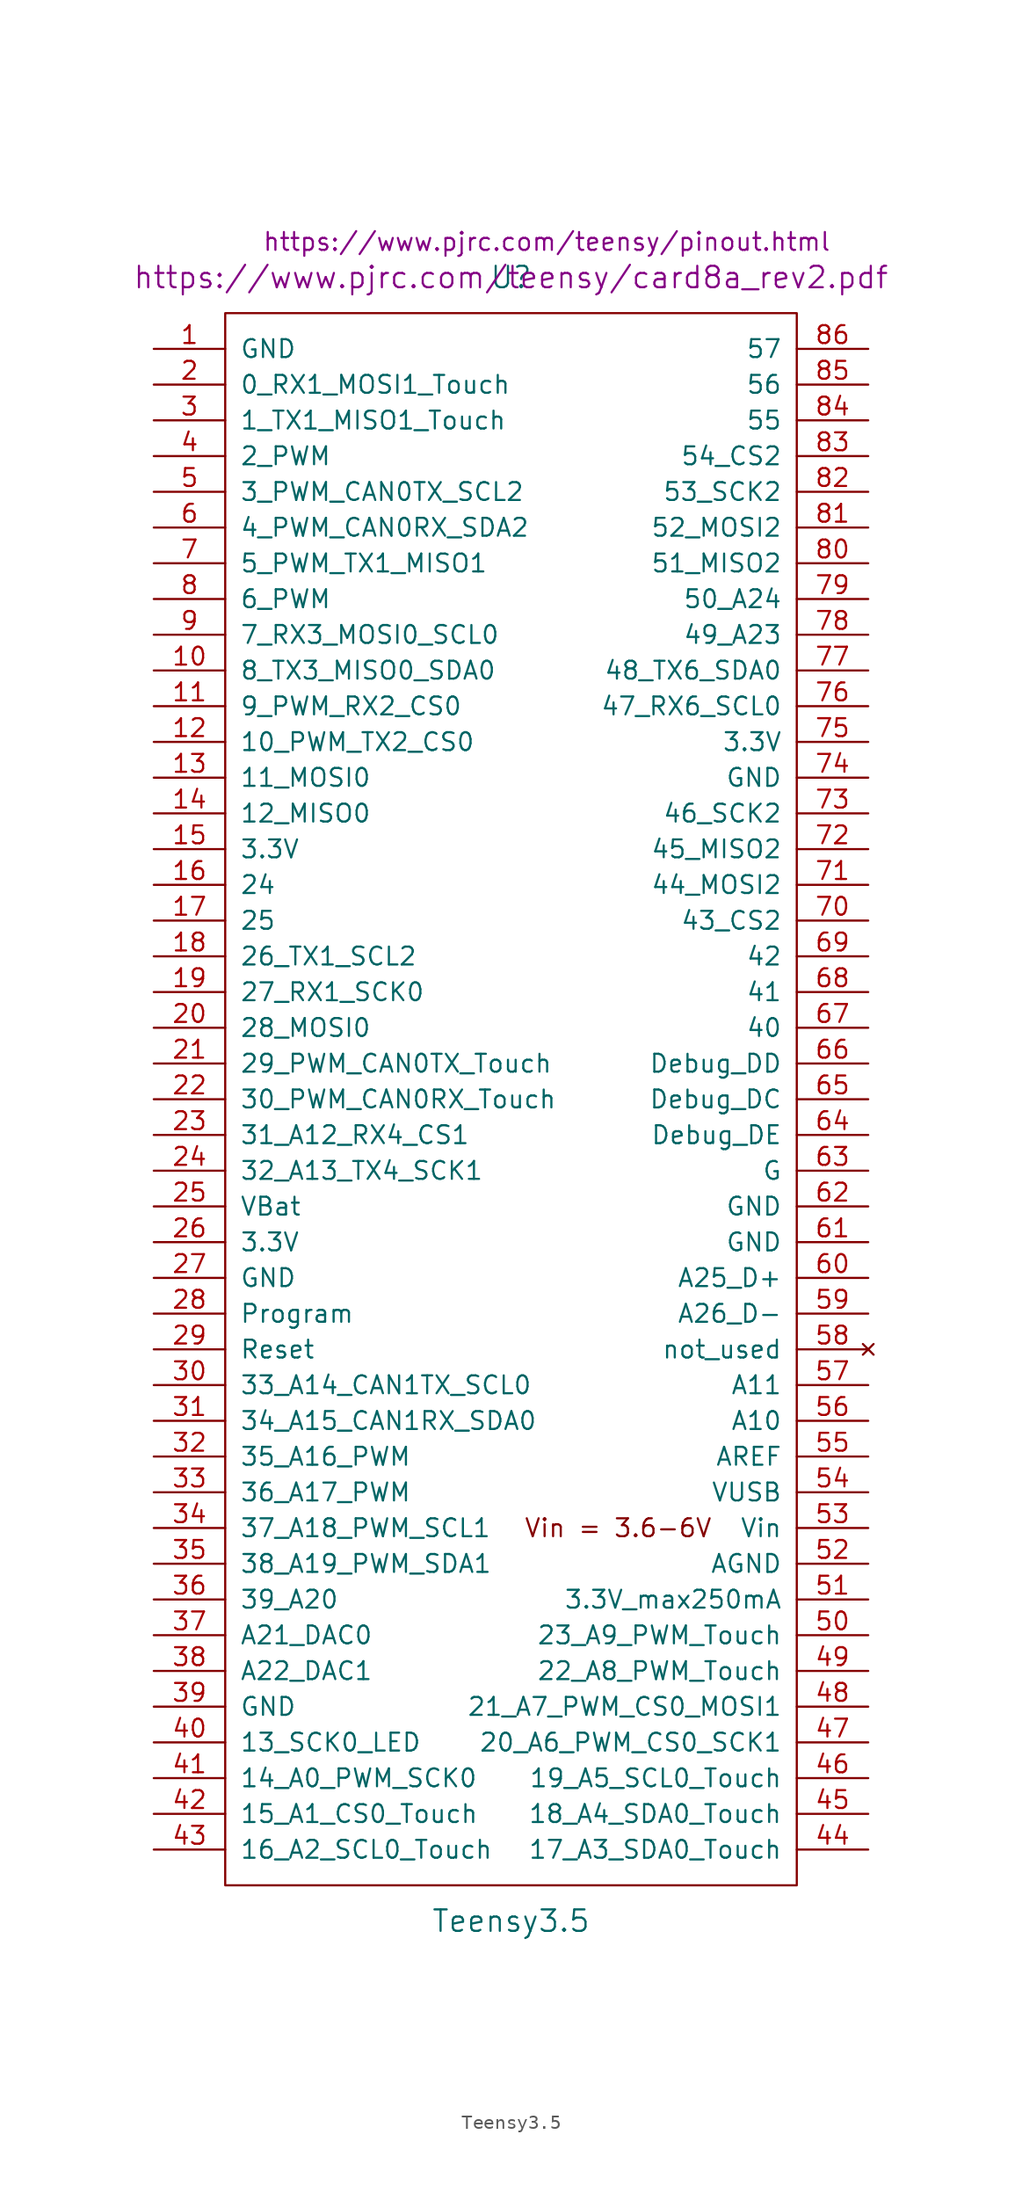
<source format=kicad_sym>
(kicad_symbol_lib
  (version 20211014)
  (generator kicad_symbol_editor)
  (symbol "Teensy3.5"
    (pin_names
      (offset 1.016))
    (property "Reference" "U"
      (at 0 58.42 0)
      (effects (font (size 1.524 1.524))))
    (property "Value" "Teensy3.5"
      (at 0 -58.42 0)
      (effects (font (size 1.524 1.524))))
    (property "Footprint" ""
      (at -2.54 55.88 0)
      (effects (font (size 1.524 1.524))))
    (property "Datasheet" "https://www.pjrc.com/teensy/card8a_rev2.pdf"
      (at 0 58.42 0)
      (effects (font (size 1.524 1.524))))
    (property "Pinouts" "https://www.pjrc.com/teensy/pinout.html"
      (at 2.54 60.96 0)
      (effects (font (size 1.27 1.27))))
    (symbol "Teensy3.5_0_0"
      (text "Vin = 3.6-6V" (at 7.62 -30.48 0) (effects (font (size 1.27 1.27)))))
    (symbol "Teensy3.5_0_1"
      (rectangle (start -20.32 55.88) (end 20.32 -55.88) (stroke (width 0) (type default) (color 0 0 0 0)) (fill (type none))))
    (symbol "Teensy3.5_1_1"
      (pin power_in line (at -25.4 53.34 0) (length 5.08) (name "GND" (effects (font (size 1.27 1.27)))) (number "1" (effects (font (size 1.27 1.27)))))
      (pin bidirectional line (at -25.4 30.48 0) (length 5.08) (name "8_TX3_MISO0_SDA0" (effects (font (size 1.27 1.27)))) (number "10" (effects (font (size 1.27 1.27)))))
      (pin bidirectional line (at -25.4 27.94 0) (length 5.08) (name "9_PWM_RX2_CS0" (effects (font (size 1.27 1.27)))) (number "11" (effects (font (size 1.27 1.27)))))
      (pin bidirectional line (at -25.4 25.4 0) (length 5.08) (name "10_PWM_TX2_CS0" (effects (font (size 1.27 1.27)))) (number "12" (effects (font (size 1.27 1.27)))))
      (pin bidirectional line (at -25.4 22.86 0) (length 5.08) (name "11_MOSI0" (effects (font (size 1.27 1.27)))) (number "13" (effects (font (size 1.27 1.27)))))
      (pin bidirectional line (at -25.4 20.32 0) (length 5.08) (name "12_MISO0" (effects (font (size 1.27 1.27)))) (number "14" (effects (font (size 1.27 1.27)))))
      (pin power_out line (at -25.4 17.78 0) (length 5.08) (name "3.3V" (effects (font (size 1.27 1.27)))) (number "15" (effects (font (size 1.27 1.27)))))
      (pin bidirectional line (at -25.4 15.24 0) (length 5.08) (name "24" (effects (font (size 1.27 1.27)))) (number "16" (effects (font (size 1.27 1.27)))))
      (pin bidirectional line (at -25.4 12.7 0) (length 5.08) (name "25" (effects (font (size 1.27 1.27)))) (number "17" (effects (font (size 1.27 1.27)))))
      (pin bidirectional line (at -25.4 10.16 0) (length 5.08) (name "26_TX1_SCL2" (effects (font (size 1.27 1.27)))) (number "18" (effects (font (size 1.27 1.27)))))
      (pin bidirectional line (at -25.4 7.62 0) (length 5.08) (name "27_RX1_SCK0" (effects (font (size 1.27 1.27)))) (number "19" (effects (font (size 1.27 1.27)))))
      (pin bidirectional line (at -25.4 50.8 0) (length 5.08) (name "0_RX1_MOSI1_Touch" (effects (font (size 1.27 1.27)))) (number "2" (effects (font (size 1.27 1.27)))))
      (pin bidirectional line (at -25.4 5.08 0) (length 5.08) (name "28_MOSI0" (effects (font (size 1.27 1.27)))) (number "20" (effects (font (size 1.27 1.27)))))
      (pin bidirectional line (at -25.4 2.54 0) (length 5.08) (name "29_PWM_CAN0TX_Touch" (effects (font (size 1.27 1.27)))) (number "21" (effects (font (size 1.27 1.27)))))
      (pin bidirectional line (at -25.4 0 0) (length 5.08) (name "30_PWM_CAN0RX_Touch" (effects (font (size 1.27 1.27)))) (number "22" (effects (font (size 1.27 1.27)))))
      (pin bidirectional line (at -25.4 -2.54 0) (length 5.08) (name "31_A12_RX4_CS1" (effects (font (size 1.27 1.27)))) (number "23" (effects (font (size 1.27 1.27)))))
      (pin bidirectional line (at -25.4 -5.08 0) (length 5.08) (name "32_A13_TX4_SCK1" (effects (font (size 1.27 1.27)))) (number "24" (effects (font (size 1.27 1.27)))))
      (pin power_in line (at -25.4 -7.62 0) (length 5.08) (name "VBat" (effects (font (size 1.27 1.27)))) (number "25" (effects (font (size 1.27 1.27)))))
      (pin power_in line (at -25.4 -10.16 0) (length 5.08) (name "3.3V" (effects (font (size 1.27 1.27)))) (number "26" (effects (font (size 1.27 1.27)))))
      (pin power_in line (at -25.4 -12.7 0) (length 5.08) (name "GND" (effects (font (size 1.27 1.27)))) (number "27" (effects (font (size 1.27 1.27)))))
      (pin input line (at -25.4 -15.24 0) (length 5.08) (name "Program" (effects (font (size 1.27 1.27)))) (number "28" (effects (font (size 1.27 1.27)))))
      (pin input line (at -25.4 -17.78 0) (length 5.08) (name "Reset" (effects (font (size 1.27 1.27)))) (number "29" (effects (font (size 1.27 1.27)))))
      (pin bidirectional line (at -25.4 48.26 0) (length 5.08) (name "1_TX1_MISO1_Touch" (effects (font (size 1.27 1.27)))) (number "3" (effects (font (size 1.27 1.27)))))
      (pin bidirectional line (at -25.4 -20.32 0) (length 5.08) (name "33_A14_CAN1TX_SCL0" (effects (font (size 1.27 1.27)))) (number "30" (effects (font (size 1.27 1.27)))))
      (pin bidirectional line (at -25.4 -22.86 0) (length 5.08) (name "34_A15_CAN1RX_SDA0" (effects (font (size 1.27 1.27)))) (number "31" (effects (font (size 1.27 1.27)))))
      (pin bidirectional line (at -25.4 -25.4 0) (length 5.08) (name "35_A16_PWM" (effects (font (size 1.27 1.27)))) (number "32" (effects (font (size 1.27 1.27)))))
      (pin bidirectional line (at -25.4 -27.94 0) (length 5.08) (name "36_A17_PWM" (effects (font (size 1.27 1.27)))) (number "33" (effects (font (size 1.27 1.27)))))
      (pin bidirectional line (at -25.4 -30.48 0) (length 5.08) (name "37_A18_PWM_SCL1" (effects (font (size 1.27 1.27)))) (number "34" (effects (font (size 1.27 1.27)))))
      (pin bidirectional line (at -25.4 -33.02 0) (length 5.08) (name "38_A19_PWM_SDA1" (effects (font (size 1.27 1.27)))) (number "35" (effects (font (size 1.27 1.27)))))
      (pin bidirectional line (at -25.4 -35.56 0) (length 5.08) (name "39_A20" (effects (font (size 1.27 1.27)))) (number "36" (effects (font (size 1.27 1.27)))))
      (pin bidirectional line (at -25.4 -38.1 0) (length 5.08) (name "A21_DAC0" (effects (font (size 1.27 1.27)))) (number "37" (effects (font (size 1.27 1.27)))))
      (pin bidirectional line (at -25.4 -40.64 0) (length 5.08) (name "A22_DAC1" (effects (font (size 1.27 1.27)))) (number "38" (effects (font (size 1.27 1.27)))))
      (pin power_in line (at -25.4 -43.18 0) (length 5.08) (name "GND" (effects (font (size 1.27 1.27)))) (number "39" (effects (font (size 1.27 1.27)))))
      (pin bidirectional line (at -25.4 45.72 0) (length 5.08) (name "2_PWM" (effects (font (size 1.27 1.27)))) (number "4" (effects (font (size 1.27 1.27)))))
      (pin bidirectional line (at -25.4 -45.72 0) (length 5.08) (name "13_SCK0_LED" (effects (font (size 1.27 1.27)))) (number "40" (effects (font (size 1.27 1.27)))))
      (pin bidirectional line (at -25.4 -48.26 0) (length 5.08) (name "14_A0_PWM_SCK0" (effects (font (size 1.27 1.27)))) (number "41" (effects (font (size 1.27 1.27)))))
      (pin bidirectional line (at -25.4 -50.8 0) (length 5.08) (name "15_A1_CS0_Touch" (effects (font (size 1.27 1.27)))) (number "42" (effects (font (size 1.27 1.27)))))
      (pin bidirectional line (at -25.4 -53.34 0) (length 5.08) (name "16_A2_SCL0_Touch" (effects (font (size 1.27 1.27)))) (number "43" (effects (font (size 1.27 1.27)))))
      (pin bidirectional line (at 25.4 -53.34 180) (length 5.08) (name "17_A3_SDA0_Touch" (effects (font (size 1.27 1.27)))) (number "44" (effects (font (size 1.27 1.27)))))
      (pin bidirectional line (at 25.4 -50.8 180) (length 5.08) (name "18_A4_SDA0_Touch" (effects (font (size 1.27 1.27)))) (number "45" (effects (font (size 1.27 1.27)))))
      (pin bidirectional line (at 25.4 -48.26 180) (length 5.08) (name "19_A5_SCL0_Touch" (effects (font (size 1.27 1.27)))) (number "46" (effects (font (size 1.27 1.27)))))
      (pin bidirectional line (at 25.4 -45.72 180) (length 5.08) (name "20_A6_PWM_CS0_SCK1" (effects (font (size 1.27 1.27)))) (number "47" (effects (font (size 1.27 1.27)))))
      (pin bidirectional line (at 25.4 -43.18 180) (length 5.08) (name "21_A7_PWM_CS0_MOSI1" (effects (font (size 1.27 1.27)))) (number "48" (effects (font (size 1.27 1.27)))))
      (pin bidirectional line (at 25.4 -40.64 180) (length 5.08) (name "22_A8_PWM_Touch" (effects (font (size 1.27 1.27)))) (number "49" (effects (font (size 1.27 1.27)))))
      (pin bidirectional line (at -25.4 43.18 0) (length 5.08) (name "3_PWM_CAN0TX_SCL2" (effects (font (size 1.27 1.27)))) (number "5" (effects (font (size 1.27 1.27)))))
      (pin bidirectional line (at 25.4 -38.1 180) (length 5.08) (name "23_A9_PWM_Touch" (effects (font (size 1.27 1.27)))) (number "50" (effects (font (size 1.27 1.27)))))
      (pin power_out line (at 25.4 -35.56 180) (length 5.08) (name "3.3V_max250mA" (effects (font (size 1.27 1.27)))) (number "51" (effects (font (size 1.27 1.27)))))
      (pin power_out line (at 25.4 -33.02 180) (length 5.08) (name "AGND" (effects (font (size 1.27 1.27)))) (number "52" (effects (font (size 1.27 1.27)))))
      (pin power_in line (at 25.4 -30.48 180) (length 5.08) (name "Vin" (effects (font (size 1.27 1.27)))) (number "53" (effects (font (size 1.27 1.27)))))
      (pin power_in line (at 25.4 -27.94 180) (length 5.08) (name "VUSB" (effects (font (size 1.27 1.27)))) (number "54" (effects (font (size 1.27 1.27)))))
      (pin input line (at 25.4 -25.4 180) (length 5.08) (name "AREF" (effects (font (size 1.27 1.27)))) (number "55" (effects (font (size 1.27 1.27)))))
      (pin bidirectional line (at 25.4 -22.86 180) (length 5.08) (name "A10" (effects (font (size 1.27 1.27)))) (number "56" (effects (font (size 1.27 1.27)))))
      (pin bidirectional line (at 25.4 -20.32 180) (length 5.08) (name "A11" (effects (font (size 1.27 1.27)))) (number "57" (effects (font (size 1.27 1.27)))))
      (pin no_connect line (at 25.4 -17.78 180) (length 5.08) (name "not_used" (effects (font (size 1.27 1.27)))) (number "58" (effects (font (size 1.27 1.27)))))
      (pin bidirectional line (at 25.4 -15.24 180) (length 5.08) (name "A26_D-" (effects (font (size 1.27 1.27)))) (number "59" (effects (font (size 1.27 1.27)))))
      (pin bidirectional line (at -25.4 40.64 0) (length 5.08) (name "4_PWM_CAN0RX_SDA2" (effects (font (size 1.27 1.27)))) (number "6" (effects (font (size 1.27 1.27)))))
      (pin bidirectional line (at 25.4 -12.7 180) (length 5.08) (name "A25_D+" (effects (font (size 1.27 1.27)))) (number "60" (effects (font (size 1.27 1.27)))))
      (pin power_in line (at 25.4 -10.16 180) (length 5.08) (name "GND" (effects (font (size 1.27 1.27)))) (number "61" (effects (font (size 1.27 1.27)))))
      (pin power_in line (at 25.4 -7.62 180) (length 5.08) (name "GND" (effects (font (size 1.27 1.27)))) (number "62" (effects (font (size 1.27 1.27)))))
      (pin power_in line (at 25.4 -5.08 180) (length 5.08) (name "G" (effects (font (size 1.27 1.27)))) (number "63" (effects (font (size 1.27 1.27)))))
      (pin input line (at 25.4 -2.54 180) (length 5.08) (name "Debug_DE" (effects (font (size 1.27 1.27)))) (number "64" (effects (font (size 1.27 1.27)))))
      (pin input line (at 25.4 0 180) (length 5.08) (name "Debug_DC" (effects (font (size 1.27 1.27)))) (number "65" (effects (font (size 1.27 1.27)))))
      (pin input line (at 25.4 2.54 180) (length 5.08) (name "Debug_DD" (effects (font (size 1.27 1.27)))) (number "66" (effects (font (size 1.27 1.27)))))
      (pin bidirectional line (at 25.4 5.08 180) (length 5.08) (name "40" (effects (font (size 1.27 1.27)))) (number "67" (effects (font (size 1.27 1.27)))))
      (pin bidirectional line (at 25.4 7.62 180) (length 5.08) (name "41" (effects (font (size 1.27 1.27)))) (number "68" (effects (font (size 1.27 1.27)))))
      (pin bidirectional line (at 25.4 10.16 180) (length 5.08) (name "42" (effects (font (size 1.27 1.27)))) (number "69" (effects (font (size 1.27 1.27)))))
      (pin bidirectional line (at -25.4 38.1 0) (length 5.08) (name "5_PWM_TX1_MISO1" (effects (font (size 1.27 1.27)))) (number "7" (effects (font (size 1.27 1.27)))))
      (pin bidirectional line (at 25.4 12.7 180) (length 5.08) (name "43_CS2" (effects (font (size 1.27 1.27)))) (number "70" (effects (font (size 1.27 1.27)))))
      (pin bidirectional line (at 25.4 15.24 180) (length 5.08) (name "44_MOSI2" (effects (font (size 1.27 1.27)))) (number "71" (effects (font (size 1.27 1.27)))))
      (pin bidirectional line (at 25.4 17.78 180) (length 5.08) (name "45_MISO2" (effects (font (size 1.27 1.27)))) (number "72" (effects (font (size 1.27 1.27)))))
      (pin bidirectional line (at 25.4 20.32 180) (length 5.08) (name "46_SCK2" (effects (font (size 1.27 1.27)))) (number "73" (effects (font (size 1.27 1.27)))))
      (pin power_in line (at 25.4 22.86 180) (length 5.08) (name "GND" (effects (font (size 1.27 1.27)))) (number "74" (effects (font (size 1.27 1.27)))))
      (pin power_in line (at 25.4 25.4 180) (length 5.08) (name "3.3V" (effects (font (size 1.27 1.27)))) (number "75" (effects (font (size 1.27 1.27)))))
      (pin bidirectional line (at 25.4 27.94 180) (length 5.08) (name "47_RX6_SCL0" (effects (font (size 1.27 1.27)))) (number "76" (effects (font (size 1.27 1.27)))))
      (pin bidirectional line (at 25.4 30.48 180) (length 5.08) (name "48_TX6_SDA0" (effects (font (size 1.27 1.27)))) (number "77" (effects (font (size 1.27 1.27)))))
      (pin bidirectional line (at 25.4 33.02 180) (length 5.08) (name "49_A23" (effects (font (size 1.27 1.27)))) (number "78" (effects (font (size 1.27 1.27)))))
      (pin bidirectional line (at 25.4 35.56 180) (length 5.08) (name "50_A24" (effects (font (size 1.27 1.27)))) (number "79" (effects (font (size 1.27 1.27)))))
      (pin bidirectional line (at -25.4 35.56 0) (length 5.08) (name "6_PWM" (effects (font (size 1.27 1.27)))) (number "8" (effects (font (size 1.27 1.27)))))
      (pin bidirectional line (at 25.4 38.1 180) (length 5.08) (name "51_MISO2" (effects (font (size 1.27 1.27)))) (number "80" (effects (font (size 1.27 1.27)))))
      (pin bidirectional line (at 25.4 40.64 180) (length 5.08) (name "52_MOSI2" (effects (font (size 1.27 1.27)))) (number "81" (effects (font (size 1.27 1.27)))))
      (pin bidirectional line (at 25.4 43.18 180) (length 5.08) (name "53_SCK2" (effects (font (size 1.27 1.27)))) (number "82" (effects (font (size 1.27 1.27)))))
      (pin bidirectional line (at 25.4 45.72 180) (length 5.08) (name "54_CS2" (effects (font (size 1.27 1.27)))) (number "83" (effects (font (size 1.27 1.27)))))
      (pin bidirectional line (at 25.4 48.26 180) (length 5.08) (name "55" (effects (font (size 1.27 1.27)))) (number "84" (effects (font (size 1.27 1.27)))))
      (pin bidirectional line (at 25.4 50.8 180) (length 5.08) (name "56" (effects (font (size 1.27 1.27)))) (number "85" (effects (font (size 1.27 1.27)))))
      (pin bidirectional line (at 25.4 53.34 180) (length 5.08) (name "57" (effects (font (size 1.27 1.27)))) (number "86" (effects (font (size 1.27 1.27)))))
      (pin bidirectional line (at -25.4 33.02 0) (length 5.08) (name "7_RX3_MOSI0_SCL0" (effects (font (size 1.27 1.27)))) (number "9" (effects (font (size 1.27 1.27))))))))
</source>
